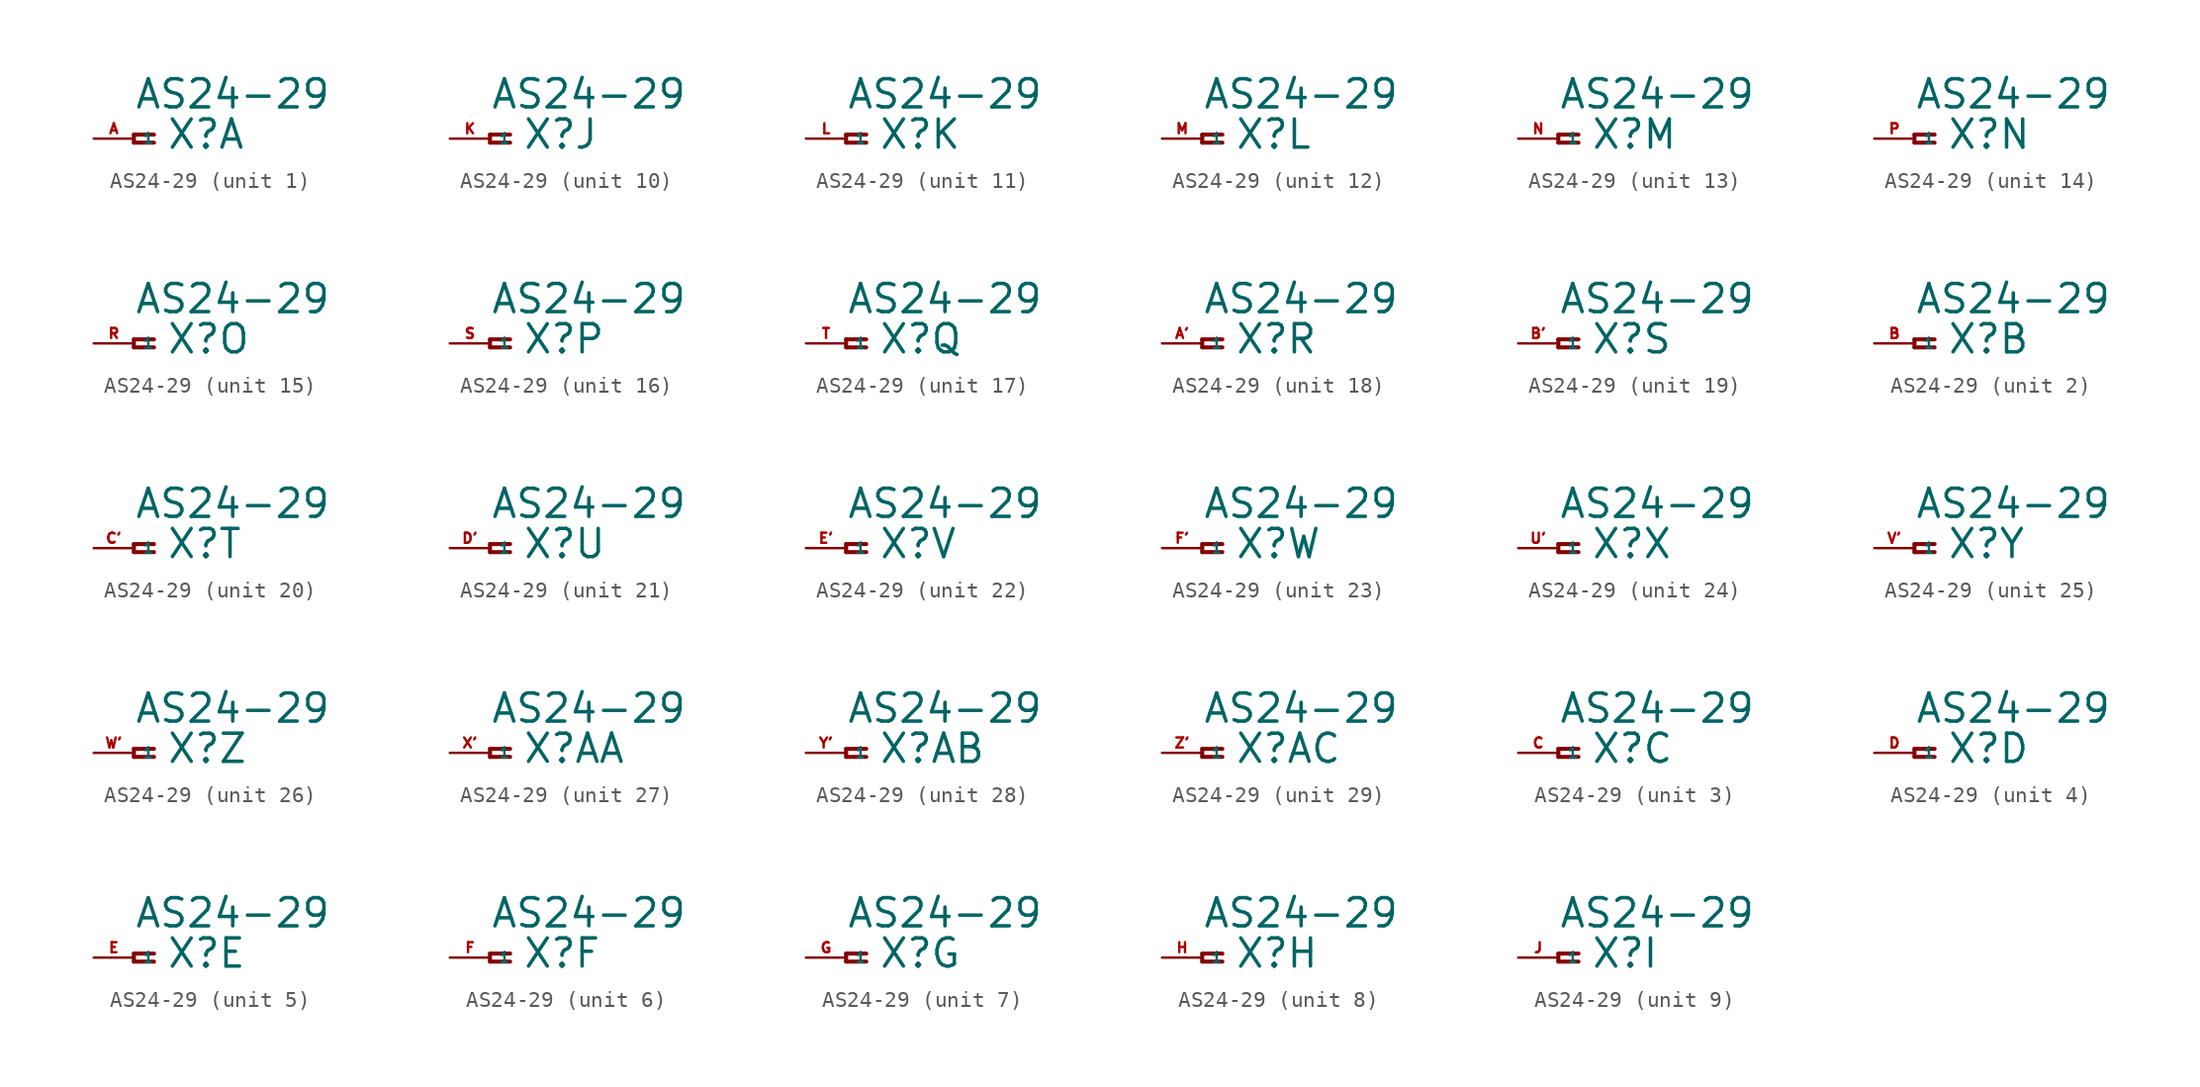
<source format=kicad_sym>
(kicad_symbol_lib
  (version 20220914)
  (generator Eagle2Kicad)
  (symbol "AS24-29"
    (property "Reference" "X"
      (at 2.032 -0.762 0)
      (effects (font (size 1.778 1.778) (thickness 0.22)) (justify left bottom)))
    (property "Value" "AS24-29"
      (at 0 1.778 0)
      (effects (font (size 1.778 1.778) (thickness 0.22)) (justify left bottom)))
    (symbol "AS24-29_1_0"
      (polyline (pts (xy 1.27 0.254) (xy 0 0.254)) (stroke (width 0.254) (type default)) (fill (type none)))
      (polyline (pts (xy 0 0.254) (xy 0 -0.254)) (stroke (width 0.254) (type default)) (fill (type none)))
      (polyline (pts (xy 0 -0.254) (xy 1.27 -0.254)) (stroke (width 0.254) (type default)) (fill (type none)))
      (pin passive line (at -2.54 0 0) (length 2.54) (name "1" (effects (font (size 0.635 0.635) (thickness 0.08)) (justify left bottom))) (number "A" (effects (font (size 0.635 0.635) (thickness 0.08)) (justify left bottom)))))
    (symbol "AS24-29_2_0"
      (polyline (pts (xy 1.27 0.254) (xy 0 0.254)) (stroke (width 0.254) (type default)) (fill (type none)))
      (polyline (pts (xy 0 0.254) (xy 0 -0.254)) (stroke (width 0.254) (type default)) (fill (type none)))
      (polyline (pts (xy 0 -0.254) (xy 1.27 -0.254)) (stroke (width 0.254) (type default)) (fill (type none)))
      (pin passive line (at -2.54 0 0) (length 2.54) (name "1" (effects (font (size 0.635 0.635) (thickness 0.08)) (justify left bottom))) (number "B" (effects (font (size 0.635 0.635) (thickness 0.08)) (justify left bottom)))))
    (symbol "AS24-29_3_0"
      (polyline (pts (xy 1.27 0.254) (xy 0 0.254)) (stroke (width 0.254) (type default)) (fill (type none)))
      (polyline (pts (xy 0 0.254) (xy 0 -0.254)) (stroke (width 0.254) (type default)) (fill (type none)))
      (polyline (pts (xy 0 -0.254) (xy 1.27 -0.254)) (stroke (width 0.254) (type default)) (fill (type none)))
      (pin passive line (at -2.54 0 0) (length 2.54) (name "1" (effects (font (size 0.635 0.635) (thickness 0.08)) (justify left bottom))) (number "C" (effects (font (size 0.635 0.635) (thickness 0.08)) (justify left bottom)))))
    (symbol "AS24-29_4_0"
      (polyline (pts (xy 1.27 0.254) (xy 0 0.254)) (stroke (width 0.254) (type default)) (fill (type none)))
      (polyline (pts (xy 0 0.254) (xy 0 -0.254)) (stroke (width 0.254) (type default)) (fill (type none)))
      (polyline (pts (xy 0 -0.254) (xy 1.27 -0.254)) (stroke (width 0.254) (type default)) (fill (type none)))
      (pin passive line (at -2.54 0 0) (length 2.54) (name "1" (effects (font (size 0.635 0.635) (thickness 0.08)) (justify left bottom))) (number "D" (effects (font (size 0.635 0.635) (thickness 0.08)) (justify left bottom)))))
    (symbol "AS24-29_5_0"
      (polyline (pts (xy 1.27 0.254) (xy 0 0.254)) (stroke (width 0.254) (type default)) (fill (type none)))
      (polyline (pts (xy 0 0.254) (xy 0 -0.254)) (stroke (width 0.254) (type default)) (fill (type none)))
      (polyline (pts (xy 0 -0.254) (xy 1.27 -0.254)) (stroke (width 0.254) (type default)) (fill (type none)))
      (pin passive line (at -2.54 0 0) (length 2.54) (name "1" (effects (font (size 0.635 0.635) (thickness 0.08)) (justify left bottom))) (number "E" (effects (font (size 0.635 0.635) (thickness 0.08)) (justify left bottom)))))
    (symbol "AS24-29_6_0"
      (polyline (pts (xy 1.27 0.254) (xy 0 0.254)) (stroke (width 0.254) (type default)) (fill (type none)))
      (polyline (pts (xy 0 0.254) (xy 0 -0.254)) (stroke (width 0.254) (type default)) (fill (type none)))
      (polyline (pts (xy 0 -0.254) (xy 1.27 -0.254)) (stroke (width 0.254) (type default)) (fill (type none)))
      (pin passive line (at -2.54 0 0) (length 2.54) (name "1" (effects (font (size 0.635 0.635) (thickness 0.08)) (justify left bottom))) (number "F" (effects (font (size 0.635 0.635) (thickness 0.08)) (justify left bottom)))))
    (symbol "AS24-29_7_0"
      (polyline (pts (xy 1.27 0.254) (xy 0 0.254)) (stroke (width 0.254) (type default)) (fill (type none)))
      (polyline (pts (xy 0 0.254) (xy 0 -0.254)) (stroke (width 0.254) (type default)) (fill (type none)))
      (polyline (pts (xy 0 -0.254) (xy 1.27 -0.254)) (stroke (width 0.254) (type default)) (fill (type none)))
      (pin passive line (at -2.54 0 0) (length 2.54) (name "1" (effects (font (size 0.635 0.635) (thickness 0.08)) (justify left bottom))) (number "G" (effects (font (size 0.635 0.635) (thickness 0.08)) (justify left bottom)))))
    (symbol "AS24-29_8_0"
      (polyline (pts (xy 1.27 0.254) (xy 0 0.254)) (stroke (width 0.254) (type default)) (fill (type none)))
      (polyline (pts (xy 0 0.254) (xy 0 -0.254)) (stroke (width 0.254) (type default)) (fill (type none)))
      (polyline (pts (xy 0 -0.254) (xy 1.27 -0.254)) (stroke (width 0.254) (type default)) (fill (type none)))
      (pin passive line (at -2.54 0 0) (length 2.54) (name "1" (effects (font (size 0.635 0.635) (thickness 0.08)) (justify left bottom))) (number "H" (effects (font (size 0.635 0.635) (thickness 0.08)) (justify left bottom)))))
    (symbol "AS24-29_9_0"
      (polyline (pts (xy 1.27 0.254) (xy 0 0.254)) (stroke (width 0.254) (type default)) (fill (type none)))
      (polyline (pts (xy 0 0.254) (xy 0 -0.254)) (stroke (width 0.254) (type default)) (fill (type none)))
      (polyline (pts (xy 0 -0.254) (xy 1.27 -0.254)) (stroke (width 0.254) (type default)) (fill (type none)))
      (pin passive line (at -2.54 0 0) (length 2.54) (name "1" (effects (font (size 0.635 0.635) (thickness 0.08)) (justify left bottom))) (number "J" (effects (font (size 0.635 0.635) (thickness 0.08)) (justify left bottom)))))
    (symbol "AS24-29_10_0"
      (polyline (pts (xy 1.27 0.254) (xy 0 0.254)) (stroke (width 0.254) (type default)) (fill (type none)))
      (polyline (pts (xy 0 0.254) (xy 0 -0.254)) (stroke (width 0.254) (type default)) (fill (type none)))
      (polyline (pts (xy 0 -0.254) (xy 1.27 -0.254)) (stroke (width 0.254) (type default)) (fill (type none)))
      (pin passive line (at -2.54 0 0) (length 2.54) (name "1" (effects (font (size 0.635 0.635) (thickness 0.08)) (justify left bottom))) (number "K" (effects (font (size 0.635 0.635) (thickness 0.08)) (justify left bottom)))))
    (symbol "AS24-29_11_0"
      (polyline (pts (xy 1.27 0.254) (xy 0 0.254)) (stroke (width 0.254) (type default)) (fill (type none)))
      (polyline (pts (xy 0 0.254) (xy 0 -0.254)) (stroke (width 0.254) (type default)) (fill (type none)))
      (polyline (pts (xy 0 -0.254) (xy 1.27 -0.254)) (stroke (width 0.254) (type default)) (fill (type none)))
      (pin passive line (at -2.54 0 0) (length 2.54) (name "1" (effects (font (size 0.635 0.635) (thickness 0.08)) (justify left bottom))) (number "L" (effects (font (size 0.635 0.635) (thickness 0.08)) (justify left bottom)))))
    (symbol "AS24-29_12_0"
      (polyline (pts (xy 1.27 0.254) (xy 0 0.254)) (stroke (width 0.254) (type default)) (fill (type none)))
      (polyline (pts (xy 0 0.254) (xy 0 -0.254)) (stroke (width 0.254) (type default)) (fill (type none)))
      (polyline (pts (xy 0 -0.254) (xy 1.27 -0.254)) (stroke (width 0.254) (type default)) (fill (type none)))
      (pin passive line (at -2.54 0 0) (length 2.54) (name "1" (effects (font (size 0.635 0.635) (thickness 0.08)) (justify left bottom))) (number "M" (effects (font (size 0.635 0.635) (thickness 0.08)) (justify left bottom)))))
    (symbol "AS24-29_13_0"
      (polyline (pts (xy 1.27 0.254) (xy 0 0.254)) (stroke (width 0.254) (type default)) (fill (type none)))
      (polyline (pts (xy 0 0.254) (xy 0 -0.254)) (stroke (width 0.254) (type default)) (fill (type none)))
      (polyline (pts (xy 0 -0.254) (xy 1.27 -0.254)) (stroke (width 0.254) (type default)) (fill (type none)))
      (pin passive line (at -2.54 0 0) (length 2.54) (name "1" (effects (font (size 0.635 0.635) (thickness 0.08)) (justify left bottom))) (number "N" (effects (font (size 0.635 0.635) (thickness 0.08)) (justify left bottom)))))
    (symbol "AS24-29_14_0"
      (polyline (pts (xy 1.27 0.254) (xy 0 0.254)) (stroke (width 0.254) (type default)) (fill (type none)))
      (polyline (pts (xy 0 0.254) (xy 0 -0.254)) (stroke (width 0.254) (type default)) (fill (type none)))
      (polyline (pts (xy 0 -0.254) (xy 1.27 -0.254)) (stroke (width 0.254) (type default)) (fill (type none)))
      (pin passive line (at -2.54 0 0) (length 2.54) (name "1" (effects (font (size 0.635 0.635) (thickness 0.08)) (justify left bottom))) (number "P" (effects (font (size 0.635 0.635) (thickness 0.08)) (justify left bottom)))))
    (symbol "AS24-29_15_0"
      (polyline (pts (xy 1.27 0.254) (xy 0 0.254)) (stroke (width 0.254) (type default)) (fill (type none)))
      (polyline (pts (xy 0 0.254) (xy 0 -0.254)) (stroke (width 0.254) (type default)) (fill (type none)))
      (polyline (pts (xy 0 -0.254) (xy 1.27 -0.254)) (stroke (width 0.254) (type default)) (fill (type none)))
      (pin passive line (at -2.54 0 0) (length 2.54) (name "1" (effects (font (size 0.635 0.635) (thickness 0.08)) (justify left bottom))) (number "R" (effects (font (size 0.635 0.635) (thickness 0.08)) (justify left bottom)))))
    (symbol "AS24-29_16_0"
      (polyline (pts (xy 1.27 0.254) (xy 0 0.254)) (stroke (width 0.254) (type default)) (fill (type none)))
      (polyline (pts (xy 0 0.254) (xy 0 -0.254)) (stroke (width 0.254) (type default)) (fill (type none)))
      (polyline (pts (xy 0 -0.254) (xy 1.27 -0.254)) (stroke (width 0.254) (type default)) (fill (type none)))
      (pin passive line (at -2.54 0 0) (length 2.54) (name "1" (effects (font (size 0.635 0.635) (thickness 0.08)) (justify left bottom))) (number "S" (effects (font (size 0.635 0.635) (thickness 0.08)) (justify left bottom)))))
    (symbol "AS24-29_17_0"
      (polyline (pts (xy 1.27 0.254) (xy 0 0.254)) (stroke (width 0.254) (type default)) (fill (type none)))
      (polyline (pts (xy 0 0.254) (xy 0 -0.254)) (stroke (width 0.254) (type default)) (fill (type none)))
      (polyline (pts (xy 0 -0.254) (xy 1.27 -0.254)) (stroke (width 0.254) (type default)) (fill (type none)))
      (pin passive line (at -2.54 0 0) (length 2.54) (name "1" (effects (font (size 0.635 0.635) (thickness 0.08)) (justify left bottom))) (number "T" (effects (font (size 0.635 0.635) (thickness 0.08)) (justify left bottom)))))
    (symbol "AS24-29_18_0"
      (polyline (pts (xy 1.27 0.254) (xy 0 0.254)) (stroke (width 0.254) (type default)) (fill (type none)))
      (polyline (pts (xy 0 0.254) (xy 0 -0.254)) (stroke (width 0.254) (type default)) (fill (type none)))
      (polyline (pts (xy 0 -0.254) (xy 1.27 -0.254)) (stroke (width 0.254) (type default)) (fill (type none)))
      (pin passive line (at -2.54 0 0) (length 2.54) (name "1" (effects (font (size 0.635 0.635) (thickness 0.08)) (justify left bottom))) (number "A'" (effects (font (size 0.635 0.635) (thickness 0.08)) (justify left bottom)))))
    (symbol "AS24-29_19_0"
      (polyline (pts (xy 1.27 0.254) (xy 0 0.254)) (stroke (width 0.254) (type default)) (fill (type none)))
      (polyline (pts (xy 0 0.254) (xy 0 -0.254)) (stroke (width 0.254) (type default)) (fill (type none)))
      (polyline (pts (xy 0 -0.254) (xy 1.27 -0.254)) (stroke (width 0.254) (type default)) (fill (type none)))
      (pin passive line (at -2.54 0 0) (length 2.54) (name "1" (effects (font (size 0.635 0.635) (thickness 0.08)) (justify left bottom))) (number "B'" (effects (font (size 0.635 0.635) (thickness 0.08)) (justify left bottom)))))
    (symbol "AS24-29_20_0"
      (polyline (pts (xy 1.27 0.254) (xy 0 0.254)) (stroke (width 0.254) (type default)) (fill (type none)))
      (polyline (pts (xy 0 0.254) (xy 0 -0.254)) (stroke (width 0.254) (type default)) (fill (type none)))
      (polyline (pts (xy 0 -0.254) (xy 1.27 -0.254)) (stroke (width 0.254) (type default)) (fill (type none)))
      (pin passive line (at -2.54 0 0) (length 2.54) (name "1" (effects (font (size 0.635 0.635) (thickness 0.08)) (justify left bottom))) (number "C'" (effects (font (size 0.635 0.635) (thickness 0.08)) (justify left bottom)))))
    (symbol "AS24-29_21_0"
      (polyline (pts (xy 1.27 0.254) (xy 0 0.254)) (stroke (width 0.254) (type default)) (fill (type none)))
      (polyline (pts (xy 0 0.254) (xy 0 -0.254)) (stroke (width 0.254) (type default)) (fill (type none)))
      (polyline (pts (xy 0 -0.254) (xy 1.27 -0.254)) (stroke (width 0.254) (type default)) (fill (type none)))
      (pin passive line (at -2.54 0 0) (length 2.54) (name "1" (effects (font (size 0.635 0.635) (thickness 0.08)) (justify left bottom))) (number "D'" (effects (font (size 0.635 0.635) (thickness 0.08)) (justify left bottom)))))
    (symbol "AS24-29_22_0"
      (polyline (pts (xy 1.27 0.254) (xy 0 0.254)) (stroke (width 0.254) (type default)) (fill (type none)))
      (polyline (pts (xy 0 0.254) (xy 0 -0.254)) (stroke (width 0.254) (type default)) (fill (type none)))
      (polyline (pts (xy 0 -0.254) (xy 1.27 -0.254)) (stroke (width 0.254) (type default)) (fill (type none)))
      (pin passive line (at -2.54 0 0) (length 2.54) (name "1" (effects (font (size 0.635 0.635) (thickness 0.08)) (justify left bottom))) (number "E'" (effects (font (size 0.635 0.635) (thickness 0.08)) (justify left bottom)))))
    (symbol "AS24-29_23_0"
      (polyline (pts (xy 1.27 0.254) (xy 0 0.254)) (stroke (width 0.254) (type default)) (fill (type none)))
      (polyline (pts (xy 0 0.254) (xy 0 -0.254)) (stroke (width 0.254) (type default)) (fill (type none)))
      (polyline (pts (xy 0 -0.254) (xy 1.27 -0.254)) (stroke (width 0.254) (type default)) (fill (type none)))
      (pin passive line (at -2.54 0 0) (length 2.54) (name "1" (effects (font (size 0.635 0.635) (thickness 0.08)) (justify left bottom))) (number "F'" (effects (font (size 0.635 0.635) (thickness 0.08)) (justify left bottom)))))
    (symbol "AS24-29_24_0"
      (polyline (pts (xy 1.27 0.254) (xy 0 0.254)) (stroke (width 0.254) (type default)) (fill (type none)))
      (polyline (pts (xy 0 0.254) (xy 0 -0.254)) (stroke (width 0.254) (type default)) (fill (type none)))
      (polyline (pts (xy 0 -0.254) (xy 1.27 -0.254)) (stroke (width 0.254) (type default)) (fill (type none)))
      (pin passive line (at -2.54 0 0) (length 2.54) (name "1" (effects (font (size 0.635 0.635) (thickness 0.08)) (justify left bottom))) (number "U'" (effects (font (size 0.635 0.635) (thickness 0.08)) (justify left bottom)))))
    (symbol "AS24-29_25_0"
      (polyline (pts (xy 1.27 0.254) (xy 0 0.254)) (stroke (width 0.254) (type default)) (fill (type none)))
      (polyline (pts (xy 0 0.254) (xy 0 -0.254)) (stroke (width 0.254) (type default)) (fill (type none)))
      (polyline (pts (xy 0 -0.254) (xy 1.27 -0.254)) (stroke (width 0.254) (type default)) (fill (type none)))
      (pin passive line (at -2.54 0 0) (length 2.54) (name "1" (effects (font (size 0.635 0.635) (thickness 0.08)) (justify left bottom))) (number "V'" (effects (font (size 0.635 0.635) (thickness 0.08)) (justify left bottom)))))
    (symbol "AS24-29_26_0"
      (polyline (pts (xy 1.27 0.254) (xy 0 0.254)) (stroke (width 0.254) (type default)) (fill (type none)))
      (polyline (pts (xy 0 0.254) (xy 0 -0.254)) (stroke (width 0.254) (type default)) (fill (type none)))
      (polyline (pts (xy 0 -0.254) (xy 1.27 -0.254)) (stroke (width 0.254) (type default)) (fill (type none)))
      (pin passive line (at -2.54 0 0) (length 2.54) (name "1" (effects (font (size 0.635 0.635) (thickness 0.08)) (justify left bottom))) (number "W'" (effects (font (size 0.635 0.635) (thickness 0.08)) (justify left bottom)))))
    (symbol "AS24-29_27_0"
      (polyline (pts (xy 1.27 0.254) (xy 0 0.254)) (stroke (width 0.254) (type default)) (fill (type none)))
      (polyline (pts (xy 0 0.254) (xy 0 -0.254)) (stroke (width 0.254) (type default)) (fill (type none)))
      (polyline (pts (xy 0 -0.254) (xy 1.27 -0.254)) (stroke (width 0.254) (type default)) (fill (type none)))
      (pin passive line (at -2.54 0 0) (length 2.54) (name "1" (effects (font (size 0.635 0.635) (thickness 0.08)) (justify left bottom))) (number "X'" (effects (font (size 0.635 0.635) (thickness 0.08)) (justify left bottom)))))
    (symbol "AS24-29_28_0"
      (polyline (pts (xy 1.27 0.254) (xy 0 0.254)) (stroke (width 0.254) (type default)) (fill (type none)))
      (polyline (pts (xy 0 0.254) (xy 0 -0.254)) (stroke (width 0.254) (type default)) (fill (type none)))
      (polyline (pts (xy 0 -0.254) (xy 1.27 -0.254)) (stroke (width 0.254) (type default)) (fill (type none)))
      (pin passive line (at -2.54 0 0) (length 2.54) (name "1" (effects (font (size 0.635 0.635) (thickness 0.08)) (justify left bottom))) (number "Y'" (effects (font (size 0.635 0.635) (thickness 0.08)) (justify left bottom)))))
    (symbol "AS24-29_29_0"
      (polyline (pts (xy 1.27 0.254) (xy 0 0.254)) (stroke (width 0.254) (type default)) (fill (type none)))
      (polyline (pts (xy 0 0.254) (xy 0 -0.254)) (stroke (width 0.254) (type default)) (fill (type none)))
      (polyline (pts (xy 0 -0.254) (xy 1.27 -0.254)) (stroke (width 0.254) (type default)) (fill (type none)))
      (pin passive line (at -2.54 0 0) (length 2.54) (name "1" (effects (font (size 0.635 0.635) (thickness 0.08)) (justify left bottom))) (number "Z'" (effects (font (size 0.635 0.635) (thickness 0.08)) (justify left bottom)))))))
</source>
